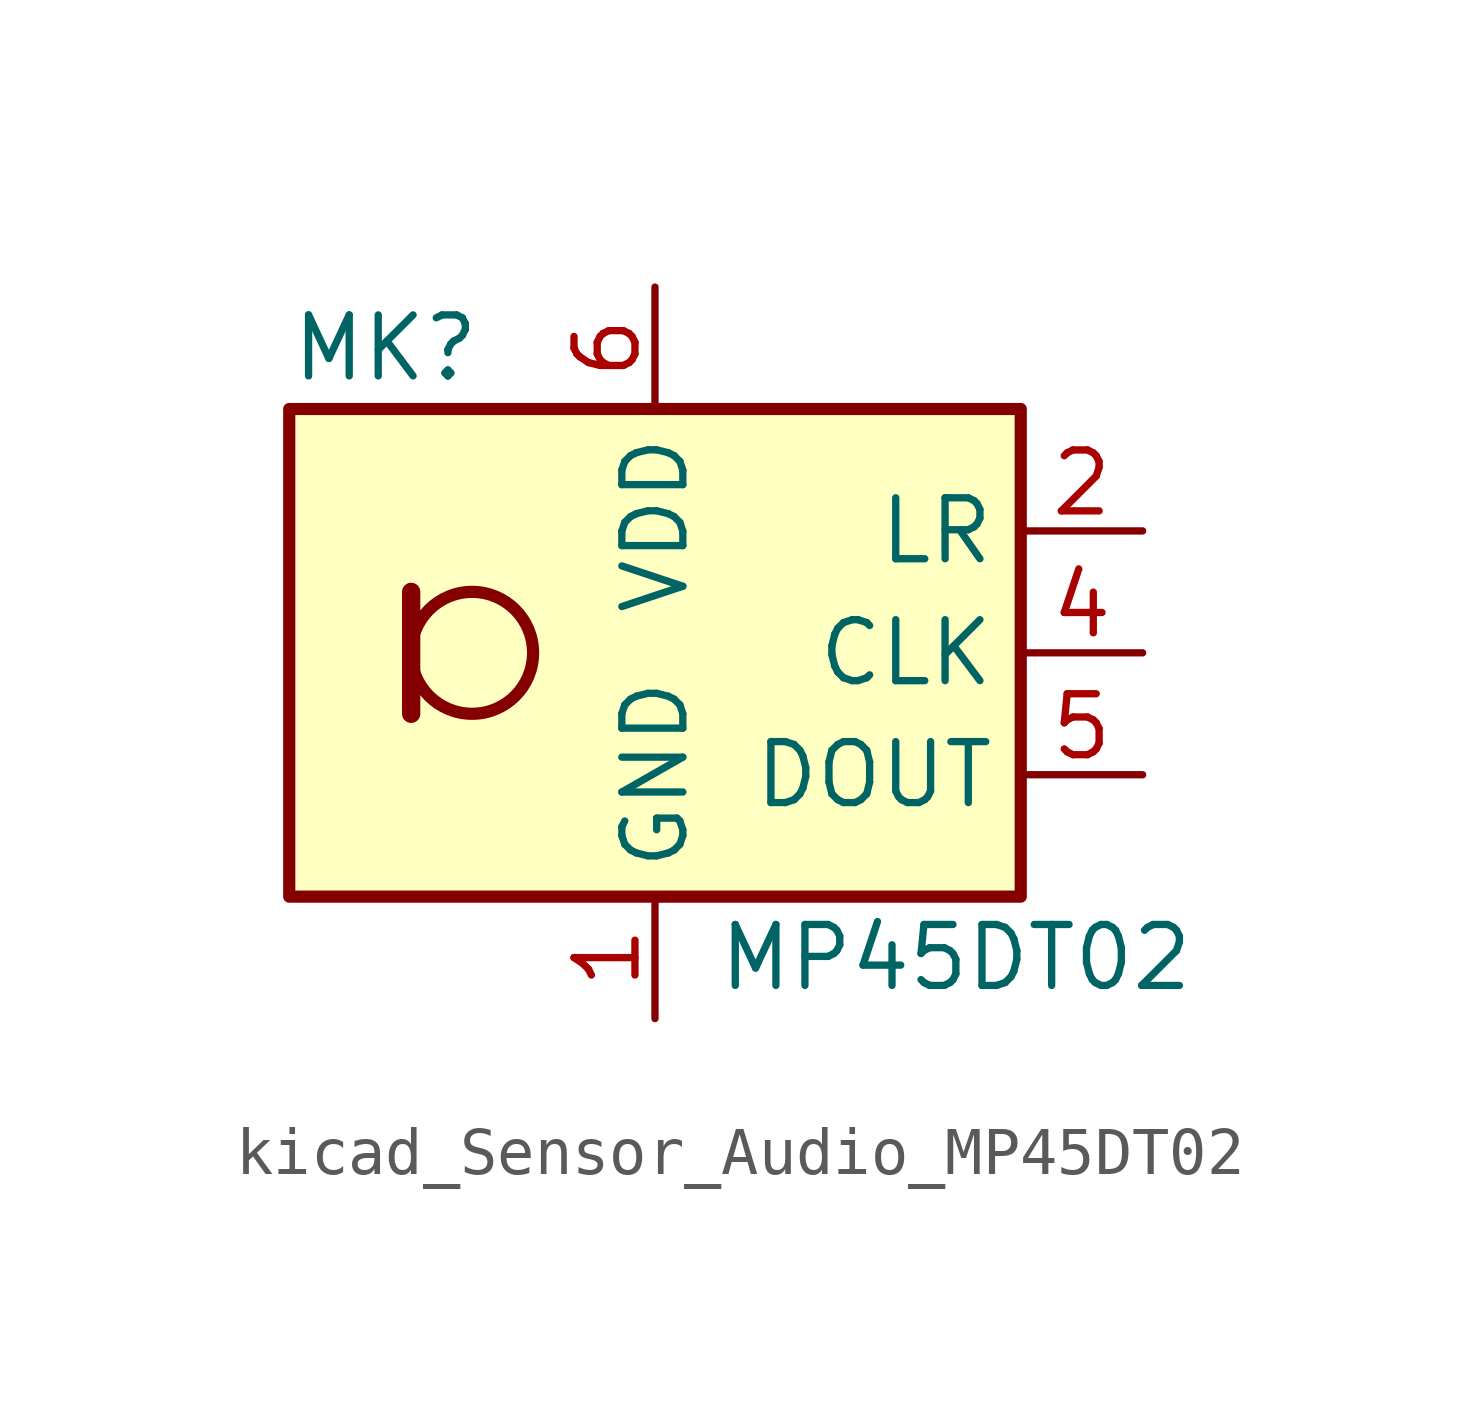
<source format=kicad_sym>
(kicad_symbol_lib
  (version 20220914)
  (generator kicad_symbol_editor)
  (symbol "kicad_Sensor_Audio_MP45DT02"
    (property "Reference" "MK"
      (at -7.62 6.35 0)
      (effects (font (size 1.27 1.27)) (justify left)))
    (property "Value" "MP45DT02"
      (at 1.27 -6.35 0)
      (effects (font (size 1.27 1.27)) (justify left)))
    (symbol "kicad_Sensor_Audio_MP45DT02_0_1"
      (rectangle (start -7.62 5.08) (end 7.62 -5.08) (stroke (width 0.254) (type default)) (fill (type background)))
      (circle (center -3.81 0) (radius 1.27) (stroke (width 0.254) (type default)) (fill (type none)))
      (polyline (pts (xy -5.08 1.27) (xy -5.08 -1.27)) (stroke (width 0.381) (type default)) (fill (type none))))
    (symbol "kicad_Sensor_Audio_MP45DT02_1_1"
      (pin power_in line (at 0 -7.62 90) (length 2.54) (name "GND" (effects (font (size 1.27 1.27)))) (number "1" (effects (font (size 1.27 1.27)))))
      (pin input line (at 10.16 2.54 180) (length 2.54) (name "LR" (effects (font (size 1.27 1.27)))) (number "2" (effects (font (size 1.27 1.27)))))
      (pin passive line (at 0 -7.62 90) (length 2.54) hide (name "GND" (effects (font (size 1.27 1.27)))) (number "3" (effects (font (size 1.27 1.27)))))
      (pin input line (at 10.16 0 180) (length 2.54) (name "CLK" (effects (font (size 1.27 1.27)))) (number "4" (effects (font (size 1.27 1.27)))))
      (pin output line (at 10.16 -2.54 180) (length 2.54) (name "DOUT" (effects (font (size 1.27 1.27)))) (number "5" (effects (font (size 1.27 1.27)))))
      (pin power_in line (at 0 7.62 270) (length 2.54) (name "VDD" (effects (font (size 1.27 1.27)))) (number "6" (effects (font (size 1.27 1.27))))))))
</source>
